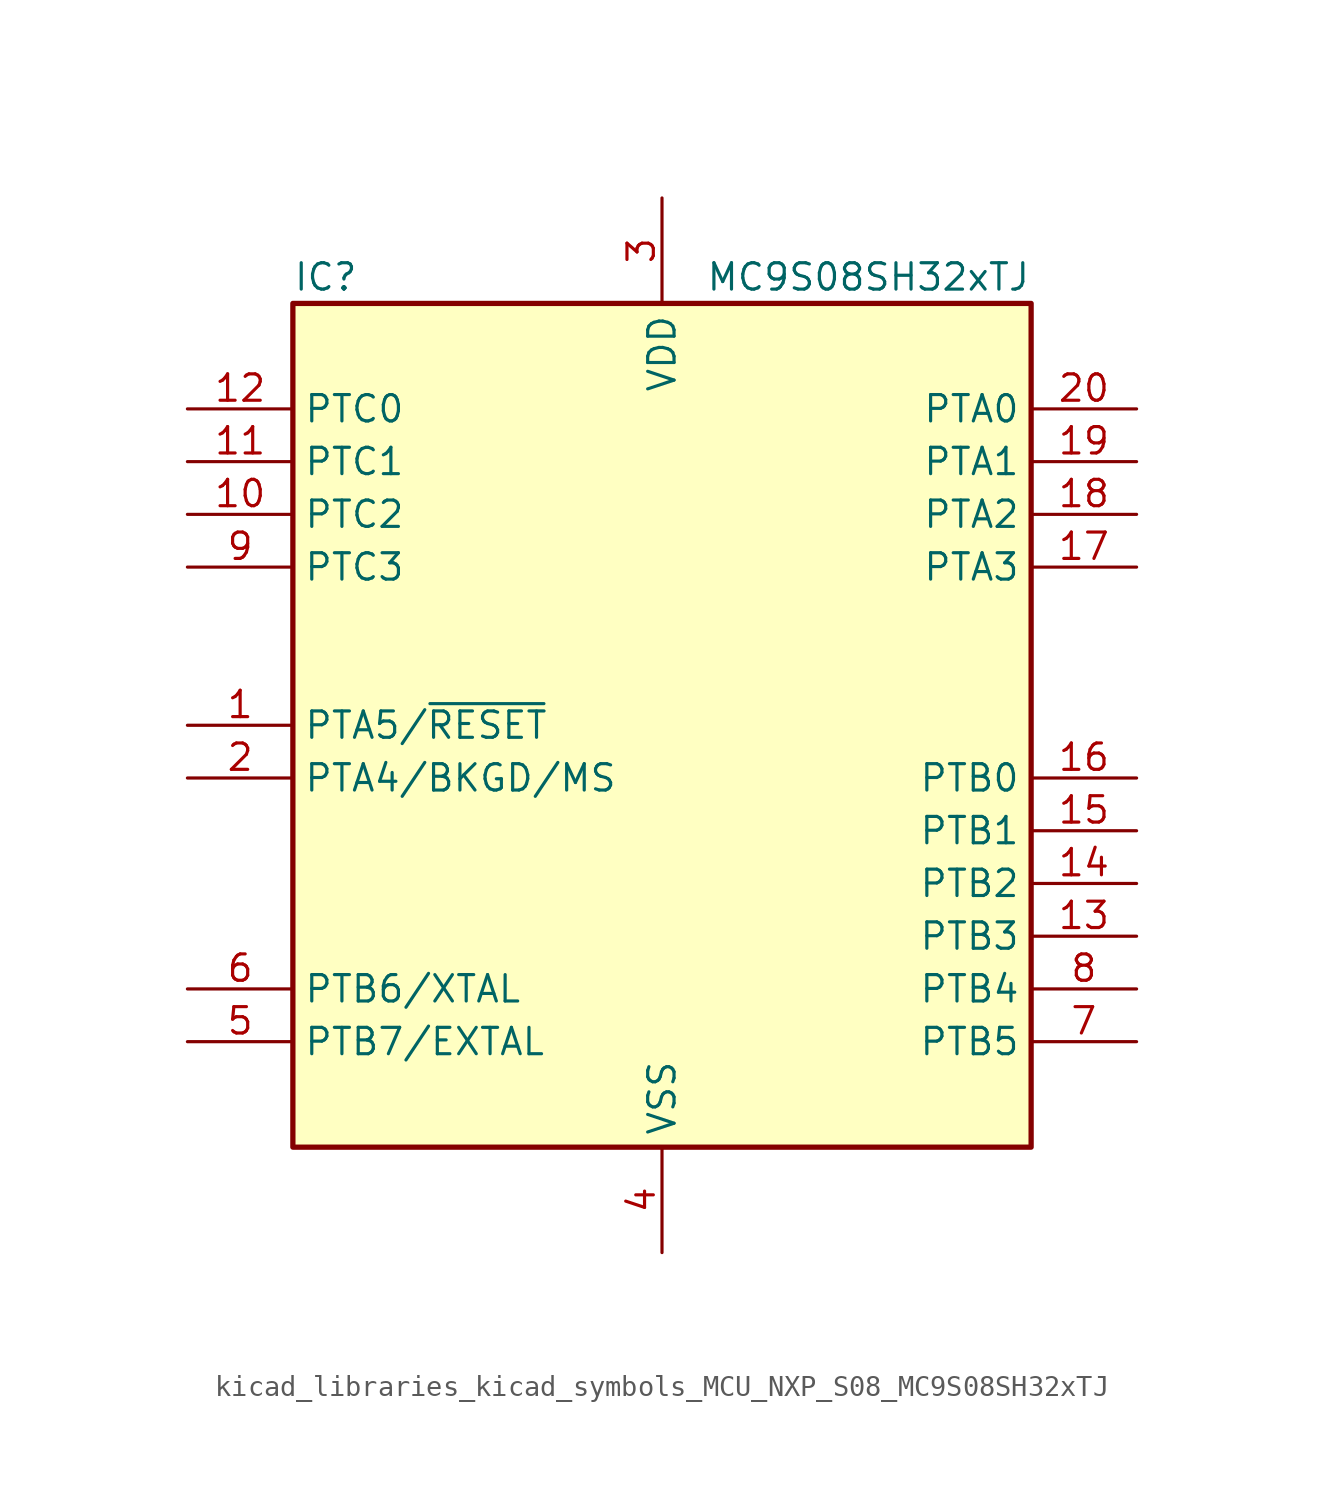
<source format=kicad_sym>
(kicad_symbol_lib
  (version 20220914)
  (generator kicad_symbol_editor)
  (symbol "kicad_libraries_kicad_symbols_MCU_NXP_S08_MC9S08SH32xTJ"
    (property "Reference" "IC"
      (at -17.78 21.59 0)
      (effects (font (size 1.27 1.27)) (justify left)))
    (property "Value" "MC9S08SH32xTJ"
      (at 17.78 21.59 0)
      (effects (font (size 1.27 1.27)) (justify right)))
    (symbol "kicad_libraries_kicad_symbols_MCU_NXP_S08_MC9S08SH32xTJ_0_1"
      (rectangle (start -17.78 20.32) (end 17.78 -20.32) (stroke (width 0.254) (type default)) (fill (type background))))
    (symbol "kicad_libraries_kicad_symbols_MCU_NXP_S08_MC9S08SH32xTJ_1_1"
      (pin bidirectional line (at -22.86 0 0) (length 5.08) (name "PTA5/~{RESET}" (effects (font (size 1.27 1.27)))) (number "1" (effects (font (size 1.27 1.27)))))
      (pin bidirectional line (at -22.86 10.16 0) (length 5.08) (name "PTC2" (effects (font (size 1.27 1.27)))) (number "10" (effects (font (size 1.27 1.27)))))
      (pin bidirectional line (at -22.86 12.7 0) (length 5.08) (name "PTC1" (effects (font (size 1.27 1.27)))) (number "11" (effects (font (size 1.27 1.27)))))
      (pin bidirectional line (at -22.86 15.24 0) (length 5.08) (name "PTC0" (effects (font (size 1.27 1.27)))) (number "12" (effects (font (size 1.27 1.27)))))
      (pin bidirectional line (at 22.86 -10.16 180) (length 5.08) (name "PTB3" (effects (font (size 1.27 1.27)))) (number "13" (effects (font (size 1.27 1.27)))))
      (pin bidirectional line (at 22.86 -7.62 180) (length 5.08) (name "PTB2" (effects (font (size 1.27 1.27)))) (number "14" (effects (font (size 1.27 1.27)))))
      (pin bidirectional line (at 22.86 -5.08 180) (length 5.08) (name "PTB1" (effects (font (size 1.27 1.27)))) (number "15" (effects (font (size 1.27 1.27)))))
      (pin bidirectional line (at 22.86 -2.54 180) (length 5.08) (name "PTB0" (effects (font (size 1.27 1.27)))) (number "16" (effects (font (size 1.27 1.27)))))
      (pin bidirectional line (at 22.86 7.62 180) (length 5.08) (name "PTA3" (effects (font (size 1.27 1.27)))) (number "17" (effects (font (size 1.27 1.27)))))
      (pin bidirectional line (at 22.86 10.16 180) (length 5.08) (name "PTA2" (effects (font (size 1.27 1.27)))) (number "18" (effects (font (size 1.27 1.27)))))
      (pin bidirectional line (at 22.86 12.7 180) (length 5.08) (name "PTA1" (effects (font (size 1.27 1.27)))) (number "19" (effects (font (size 1.27 1.27)))))
      (pin bidirectional line (at -22.86 -2.54 0) (length 5.08) (name "PTA4/BKGD/MS" (effects (font (size 1.27 1.27)))) (number "2" (effects (font (size 1.27 1.27)))))
      (pin bidirectional line (at 22.86 15.24 180) (length 5.08) (name "PTA0" (effects (font (size 1.27 1.27)))) (number "20" (effects (font (size 1.27 1.27)))))
      (pin power_in line (at 0 25.4 270) (length 5.08) (name "VDD" (effects (font (size 1.27 1.27)))) (number "3" (effects (font (size 1.27 1.27)))))
      (pin power_in line (at 0 -25.4 90) (length 5.08) (name "VSS" (effects (font (size 1.27 1.27)))) (number "4" (effects (font (size 1.27 1.27)))))
      (pin bidirectional line (at -22.86 -15.24 0) (length 5.08) (name "PTB7/EXTAL" (effects (font (size 1.27 1.27)))) (number "5" (effects (font (size 1.27 1.27)))))
      (pin bidirectional line (at -22.86 -12.7 0) (length 5.08) (name "PTB6/XTAL" (effects (font (size 1.27 1.27)))) (number "6" (effects (font (size 1.27 1.27)))))
      (pin bidirectional line (at 22.86 -15.24 180) (length 5.08) (name "PTB5" (effects (font (size 1.27 1.27)))) (number "7" (effects (font (size 1.27 1.27)))))
      (pin bidirectional line (at 22.86 -12.7 180) (length 5.08) (name "PTB4" (effects (font (size 1.27 1.27)))) (number "8" (effects (font (size 1.27 1.27)))))
      (pin bidirectional line (at -22.86 7.62 0) (length 5.08) (name "PTC3" (effects (font (size 1.27 1.27)))) (number "9" (effects (font (size 1.27 1.27))))))))
</source>
